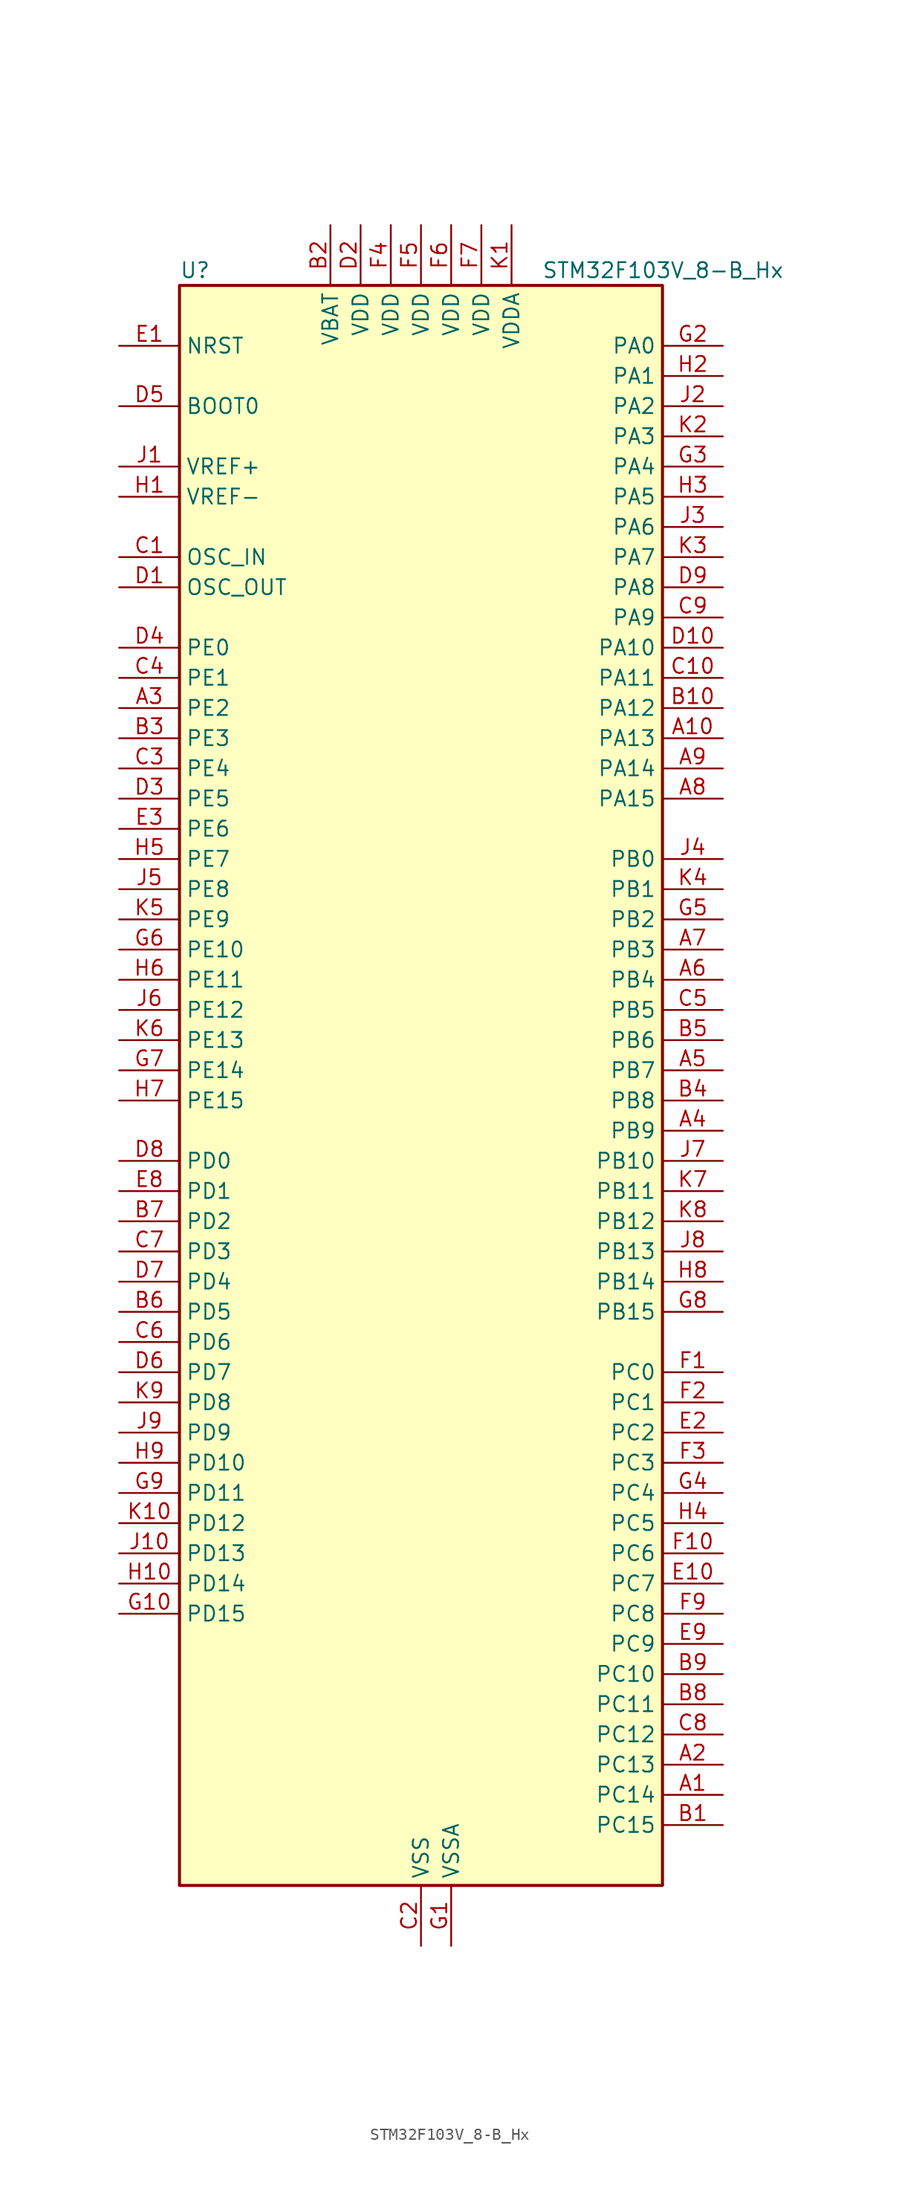
<source format=kicad_sym>
(kicad_symbol_lib
  (version 20241209)
  (generator "kicad_symbol_editor")
  (generator_version "9.0")
  (symbol "STM32F103V_8-B_Hx"
    (property "Reference" "U"
      (at -20.32 69.85 0)
      (effects (font (size 1.27 1.27)) (justify left)))
    (property "Value" "STM32F103V_8-B_Hx"
      (at 10.16 69.85 0)
      (effects (font (size 1.27 1.27)) (justify left)))
    (symbol "STM32F103V_8-B_Hx_0_1"
      (rectangle (start -20.32 -66.04) (end 20.32 68.58) (stroke (width 0.254) (type default)) (fill (type background))))
    (symbol "STM32F103V_8-B_Hx_1_1"
      (pin input line (at -25.4 63.5 0) (length 5.08) (name "NRST" (effects (font (size 1.27 1.27)))) (number "E1" (effects (font (size 1.27 1.27)))))
      (pin input line (at -25.4 58.42 0) (length 5.08) (name "BOOT0" (effects (font (size 1.27 1.27)))) (number "D5" (effects (font (size 1.27 1.27)))))
      (pin input line (at -25.4 53.34 0) (length 5.08) (name "VREF+" (effects (font (size 1.27 1.27)))) (number "J1" (effects (font (size 1.27 1.27)))))
      (pin input line (at -25.4 50.8 0) (length 5.08) (name "VREF-" (effects (font (size 1.27 1.27)))) (number "H1" (effects (font (size 1.27 1.27)))))
      (pin input line (at -25.4 45.72 0) (length 5.08) (name "OSC_IN" (effects (font (size 1.27 1.27)))) (number "C1" (effects (font (size 1.27 1.27)))) (alternate "RCC_OSC_IN" bidirectional line))
      (pin input line (at -25.4 43.18 0) (length 5.08) (name "OSC_OUT" (effects (font (size 1.27 1.27)))) (number "D1" (effects (font (size 1.27 1.27)))) (alternate "RCC_OSC_OUT" bidirectional line))
      (pin bidirectional line (at -25.4 38.1 0) (length 5.08) (name "PE0" (effects (font (size 1.27 1.27)))) (number "D4" (effects (font (size 1.27 1.27)))) (alternate "TIM4_ETR" bidirectional line))
      (pin bidirectional line (at -25.4 35.56 0) (length 5.08) (name "PE1" (effects (font (size 1.27 1.27)))) (number "C4" (effects (font (size 1.27 1.27)))))
      (pin bidirectional line (at -25.4 33.02 0) (length 5.08) (name "PE2" (effects (font (size 1.27 1.27)))) (number "A3" (effects (font (size 1.27 1.27)))) (alternate "SYS_TRACECLK" bidirectional line))
      (pin bidirectional line (at -25.4 30.48 0) (length 5.08) (name "PE3" (effects (font (size 1.27 1.27)))) (number "B3" (effects (font (size 1.27 1.27)))) (alternate "SYS_TRACED0" bidirectional line))
      (pin bidirectional line (at -25.4 27.94 0) (length 5.08) (name "PE4" (effects (font (size 1.27 1.27)))) (number "C3" (effects (font (size 1.27 1.27)))) (alternate "SYS_TRACED1" bidirectional line))
      (pin bidirectional line (at -25.4 25.4 0) (length 5.08) (name "PE5" (effects (font (size 1.27 1.27)))) (number "D3" (effects (font (size 1.27 1.27)))) (alternate "SYS_TRACED2" bidirectional line))
      (pin bidirectional line (at -25.4 22.86 0) (length 5.08) (name "PE6" (effects (font (size 1.27 1.27)))) (number "E3" (effects (font (size 1.27 1.27)))) (alternate "SYS_TRACED3" bidirectional line))
      (pin bidirectional line (at -25.4 20.32 0) (length 5.08) (name "PE7" (effects (font (size 1.27 1.27)))) (number "H5" (effects (font (size 1.27 1.27)))) (alternate "TIM1_ETR" bidirectional line))
      (pin bidirectional line (at -25.4 17.78 0) (length 5.08) (name "PE8" (effects (font (size 1.27 1.27)))) (number "J5" (effects (font (size 1.27 1.27)))) (alternate "TIM1_CH1N" bidirectional line))
      (pin bidirectional line (at -25.4 15.24 0) (length 5.08) (name "PE9" (effects (font (size 1.27 1.27)))) (number "K5" (effects (font (size 1.27 1.27)))) (alternate "TIM1_CH1" bidirectional line))
      (pin bidirectional line (at -25.4 12.7 0) (length 5.08) (name "PE10" (effects (font (size 1.27 1.27)))) (number "G6" (effects (font (size 1.27 1.27)))) (alternate "TIM1_CH2N" bidirectional line))
      (pin bidirectional line (at -25.4 10.16 0) (length 5.08) (name "PE11" (effects (font (size 1.27 1.27)))) (number "H6" (effects (font (size 1.27 1.27)))) (alternate "ADC1_EXTI11" bidirectional line) (alternate "ADC2_EXTI11" bidirectional line) (alternate "TIM1_CH2" bidirectional line))
      (pin bidirectional line (at -25.4 7.62 0) (length 5.08) (name "PE12" (effects (font (size 1.27 1.27)))) (number "J6" (effects (font (size 1.27 1.27)))) (alternate "TIM1_CH3N" bidirectional line))
      (pin bidirectional line (at -25.4 5.08 0) (length 5.08) (name "PE13" (effects (font (size 1.27 1.27)))) (number "K6" (effects (font (size 1.27 1.27)))) (alternate "TIM1_CH3" bidirectional line))
      (pin bidirectional line (at -25.4 2.54 0) (length 5.08) (name "PE14" (effects (font (size 1.27 1.27)))) (number "G7" (effects (font (size 1.27 1.27)))) (alternate "TIM1_CH4" bidirectional line))
      (pin bidirectional line (at -25.4 0 0) (length 5.08) (name "PE15" (effects (font (size 1.27 1.27)))) (number "H7" (effects (font (size 1.27 1.27)))) (alternate "ADC1_EXTI15" bidirectional line) (alternate "ADC2_EXTI15" bidirectional line) (alternate "TIM1_BKIN" bidirectional line))
      (pin bidirectional line (at -25.4 -5.08 0) (length 5.08) (name "PD0" (effects (font (size 1.27 1.27)))) (number "D8" (effects (font (size 1.27 1.27)))) (alternate "CAN_RX" bidirectional line))
      (pin bidirectional line (at -25.4 -7.62 0) (length 5.08) (name "PD1" (effects (font (size 1.27 1.27)))) (number "E8" (effects (font (size 1.27 1.27)))) (alternate "CAN_TX" bidirectional line))
      (pin bidirectional line (at -25.4 -10.16 0) (length 5.08) (name "PD2" (effects (font (size 1.27 1.27)))) (number "B7" (effects (font (size 1.27 1.27)))) (alternate "TIM3_ETR" bidirectional line))
      (pin bidirectional line (at -25.4 -12.7 0) (length 5.08) (name "PD3" (effects (font (size 1.27 1.27)))) (number "C7" (effects (font (size 1.27 1.27)))) (alternate "USART2_CTS" bidirectional line))
      (pin bidirectional line (at -25.4 -15.24 0) (length 5.08) (name "PD4" (effects (font (size 1.27 1.27)))) (number "D7" (effects (font (size 1.27 1.27)))) (alternate "USART2_RTS" bidirectional line))
      (pin bidirectional line (at -25.4 -17.78 0) (length 5.08) (name "PD5" (effects (font (size 1.27 1.27)))) (number "B6" (effects (font (size 1.27 1.27)))) (alternate "USART2_TX" bidirectional line))
      (pin bidirectional line (at -25.4 -20.32 0) (length 5.08) (name "PD6" (effects (font (size 1.27 1.27)))) (number "C6" (effects (font (size 1.27 1.27)))) (alternate "USART2_RX" bidirectional line))
      (pin bidirectional line (at -25.4 -22.86 0) (length 5.08) (name "PD7" (effects (font (size 1.27 1.27)))) (number "D6" (effects (font (size 1.27 1.27)))) (alternate "USART2_CK" bidirectional line))
      (pin bidirectional line (at -25.4 -25.4 0) (length 5.08) (name "PD8" (effects (font (size 1.27 1.27)))) (number "K9" (effects (font (size 1.27 1.27)))) (alternate "USART3_TX" bidirectional line))
      (pin bidirectional line (at -25.4 -27.94 0) (length 5.08) (name "PD9" (effects (font (size 1.27 1.27)))) (number "J9" (effects (font (size 1.27 1.27)))) (alternate "USART3_RX" bidirectional line))
      (pin bidirectional line (at -25.4 -30.48 0) (length 5.08) (name "PD10" (effects (font (size 1.27 1.27)))) (number "H9" (effects (font (size 1.27 1.27)))) (alternate "USART3_CK" bidirectional line))
      (pin bidirectional line (at -25.4 -33.02 0) (length 5.08) (name "PD11" (effects (font (size 1.27 1.27)))) (number "G9" (effects (font (size 1.27 1.27)))) (alternate "ADC1_EXTI11" bidirectional line) (alternate "ADC2_EXTI11" bidirectional line) (alternate "USART3_CTS" bidirectional line))
      (pin bidirectional line (at -25.4 -35.56 0) (length 5.08) (name "PD12" (effects (font (size 1.27 1.27)))) (number "K10" (effects (font (size 1.27 1.27)))) (alternate "TIM4_CH1" bidirectional line) (alternate "USART3_RTS" bidirectional line))
      (pin bidirectional line (at -25.4 -38.1 0) (length 5.08) (name "PD13" (effects (font (size 1.27 1.27)))) (number "J10" (effects (font (size 1.27 1.27)))) (alternate "TIM4_CH2" bidirectional line))
      (pin bidirectional line (at -25.4 -40.64 0) (length 5.08) (name "PD14" (effects (font (size 1.27 1.27)))) (number "H10" (effects (font (size 1.27 1.27)))) (alternate "TIM4_CH3" bidirectional line))
      (pin bidirectional line (at -25.4 -43.18 0) (length 5.08) (name "PD15" (effects (font (size 1.27 1.27)))) (number "G10" (effects (font (size 1.27 1.27)))) (alternate "ADC1_EXTI15" bidirectional line) (alternate "ADC2_EXTI15" bidirectional line) (alternate "TIM4_CH4" bidirectional line))
      (pin no_connect line (at -20.32 -66.04 0) (length 5.08) (hide yes) (name "NC" (effects (font (size 1.27 1.27)))) (number "F8" (effects (font (size 1.27 1.27)))))
      (pin power_in line (at -7.62 73.66 270) (length 5.08) (name "VBAT" (effects (font (size 1.27 1.27)))) (number "B2" (effects (font (size 1.27 1.27)))))
      (pin power_in line (at -5.08 73.66 270) (length 5.08) (name "VDD" (effects (font (size 1.27 1.27)))) (number "D2" (effects (font (size 1.27 1.27)))))
      (pin power_in line (at -2.54 73.66 270) (length 5.08) (name "VDD" (effects (font (size 1.27 1.27)))) (number "F4" (effects (font (size 1.27 1.27)))))
      (pin power_in line (at 0 73.66 270) (length 5.08) (name "VDD" (effects (font (size 1.27 1.27)))) (number "F5" (effects (font (size 1.27 1.27)))))
      (pin power_in line (at 0 -71.12 90) (length 5.08) (name "VSS" (effects (font (size 1.27 1.27)))) (number "C2" (effects (font (size 1.27 1.27)))))
      (pin passive line (at 0 -71.12 90) (length 5.08) (hide yes) (name "VSS" (effects (font (size 1.27 1.27)))) (number "E4" (effects (font (size 1.27 1.27)))))
      (pin passive line (at 0 -71.12 90) (length 5.08) (hide yes) (name "VSS" (effects (font (size 1.27 1.27)))) (number "E5" (effects (font (size 1.27 1.27)))))
      (pin passive line (at 0 -71.12 90) (length 5.08) (hide yes) (name "VSS" (effects (font (size 1.27 1.27)))) (number "E6" (effects (font (size 1.27 1.27)))))
      (pin passive line (at 0 -71.12 90) (length 5.08) (hide yes) (name "VSS" (effects (font (size 1.27 1.27)))) (number "E7" (effects (font (size 1.27 1.27)))))
      (pin power_in line (at 2.54 73.66 270) (length 5.08) (name "VDD" (effects (font (size 1.27 1.27)))) (number "F6" (effects (font (size 1.27 1.27)))))
      (pin power_in line (at 2.54 -71.12 90) (length 5.08) (name "VSSA" (effects (font (size 1.27 1.27)))) (number "G1" (effects (font (size 1.27 1.27)))))
      (pin power_in line (at 5.08 73.66 270) (length 5.08) (name "VDD" (effects (font (size 1.27 1.27)))) (number "F7" (effects (font (size 1.27 1.27)))))
      (pin power_in line (at 7.62 73.66 270) (length 5.08) (name "VDDA" (effects (font (size 1.27 1.27)))) (number "K1" (effects (font (size 1.27 1.27)))))
      (pin bidirectional line (at 25.4 63.5 180) (length 5.08) (name "PA0" (effects (font (size 1.27 1.27)))) (number "G2" (effects (font (size 1.27 1.27)))) (alternate "ADC1_IN0" bidirectional line) (alternate "ADC2_IN0" bidirectional line) (alternate "SYS_WKUP" bidirectional line) (alternate "TIM2_CH1" bidirectional line) (alternate "TIM2_ETR" bidirectional line) (alternate "USART2_CTS" bidirectional line))
      (pin bidirectional line (at 25.4 60.96 180) (length 5.08) (name "PA1" (effects (font (size 1.27 1.27)))) (number "H2" (effects (font (size 1.27 1.27)))) (alternate "ADC1_IN1" bidirectional line) (alternate "ADC2_IN1" bidirectional line) (alternate "TIM2_CH2" bidirectional line) (alternate "USART2_RTS" bidirectional line))
      (pin bidirectional line (at 25.4 58.42 180) (length 5.08) (name "PA2" (effects (font (size 1.27 1.27)))) (number "J2" (effects (font (size 1.27 1.27)))) (alternate "ADC1_IN2" bidirectional line) (alternate "ADC2_IN2" bidirectional line) (alternate "TIM2_CH3" bidirectional line) (alternate "USART2_TX" bidirectional line))
      (pin bidirectional line (at 25.4 55.88 180) (length 5.08) (name "PA3" (effects (font (size 1.27 1.27)))) (number "K2" (effects (font (size 1.27 1.27)))) (alternate "ADC1_IN3" bidirectional line) (alternate "ADC2_IN3" bidirectional line) (alternate "TIM2_CH4" bidirectional line) (alternate "USART2_RX" bidirectional line))
      (pin bidirectional line (at 25.4 53.34 180) (length 5.08) (name "PA4" (effects (font (size 1.27 1.27)))) (number "G3" (effects (font (size 1.27 1.27)))) (alternate "ADC1_IN4" bidirectional line) (alternate "ADC2_IN4" bidirectional line) (alternate "SPI1_NSS" bidirectional line) (alternate "USART2_CK" bidirectional line))
      (pin bidirectional line (at 25.4 50.8 180) (length 5.08) (name "PA5" (effects (font (size 1.27 1.27)))) (number "H3" (effects (font (size 1.27 1.27)))) (alternate "ADC1_IN5" bidirectional line) (alternate "ADC2_IN5" bidirectional line) (alternate "SPI1_SCK" bidirectional line))
      (pin bidirectional line (at 25.4 48.26 180) (length 5.08) (name "PA6" (effects (font (size 1.27 1.27)))) (number "J3" (effects (font (size 1.27 1.27)))) (alternate "ADC1_IN6" bidirectional line) (alternate "ADC2_IN6" bidirectional line) (alternate "SPI1_MISO" bidirectional line) (alternate "TIM1_BKIN" bidirectional line) (alternate "TIM3_CH1" bidirectional line))
      (pin bidirectional line (at 25.4 45.72 180) (length 5.08) (name "PA7" (effects (font (size 1.27 1.27)))) (number "K3" (effects (font (size 1.27 1.27)))) (alternate "ADC1_IN7" bidirectional line) (alternate "ADC2_IN7" bidirectional line) (alternate "SPI1_MOSI" bidirectional line) (alternate "TIM1_CH1N" bidirectional line) (alternate "TIM3_CH2" bidirectional line))
      (pin bidirectional line (at 25.4 43.18 180) (length 5.08) (name "PA8" (effects (font (size 1.27 1.27)))) (number "D9" (effects (font (size 1.27 1.27)))) (alternate "RCC_MCO" bidirectional line) (alternate "TIM1_CH1" bidirectional line) (alternate "USART1_CK" bidirectional line))
      (pin bidirectional line (at 25.4 40.64 180) (length 5.08) (name "PA9" (effects (font (size 1.27 1.27)))) (number "C9" (effects (font (size 1.27 1.27)))) (alternate "TIM1_CH2" bidirectional line) (alternate "USART1_TX" bidirectional line))
      (pin bidirectional line (at 25.4 38.1 180) (length 5.08) (name "PA10" (effects (font (size 1.27 1.27)))) (number "D10" (effects (font (size 1.27 1.27)))) (alternate "TIM1_CH3" bidirectional line) (alternate "USART1_RX" bidirectional line))
      (pin bidirectional line (at 25.4 35.56 180) (length 5.08) (name "PA11" (effects (font (size 1.27 1.27)))) (number "C10" (effects (font (size 1.27 1.27)))) (alternate "ADC1_EXTI11" bidirectional line) (alternate "ADC2_EXTI11" bidirectional line) (alternate "CAN_RX" bidirectional line) (alternate "TIM1_CH4" bidirectional line) (alternate "USART1_CTS" bidirectional line) (alternate "USB_DM" bidirectional line))
      (pin bidirectional line (at 25.4 33.02 180) (length 5.08) (name "PA12" (effects (font (size 1.27 1.27)))) (number "B10" (effects (font (size 1.27 1.27)))) (alternate "CAN_TX" bidirectional line) (alternate "TIM1_ETR" bidirectional line) (alternate "USART1_RTS" bidirectional line) (alternate "USB_DP" bidirectional line))
      (pin bidirectional line (at 25.4 30.48 180) (length 5.08) (name "PA13" (effects (font (size 1.27 1.27)))) (number "A10" (effects (font (size 1.27 1.27)))) (alternate "SYS_JTMS-SWDIO" bidirectional line))
      (pin bidirectional line (at 25.4 27.94 180) (length 5.08) (name "PA14" (effects (font (size 1.27 1.27)))) (number "A9" (effects (font (size 1.27 1.27)))) (alternate "SYS_JTCK-SWCLK" bidirectional line))
      (pin bidirectional line (at 25.4 25.4 180) (length 5.08) (name "PA15" (effects (font (size 1.27 1.27)))) (number "A8" (effects (font (size 1.27 1.27)))) (alternate "ADC1_EXTI15" bidirectional line) (alternate "ADC2_EXTI15" bidirectional line) (alternate "SPI1_NSS" bidirectional line) (alternate "SYS_JTDI" bidirectional line) (alternate "TIM2_CH1" bidirectional line) (alternate "TIM2_ETR" bidirectional line))
      (pin bidirectional line (at 25.4 20.32 180) (length 5.08) (name "PB0" (effects (font (size 1.27 1.27)))) (number "J4" (effects (font (size 1.27 1.27)))) (alternate "ADC1_IN8" bidirectional line) (alternate "ADC2_IN8" bidirectional line) (alternate "TIM1_CH2N" bidirectional line) (alternate "TIM3_CH3" bidirectional line))
      (pin bidirectional line (at 25.4 17.78 180) (length 5.08) (name "PB1" (effects (font (size 1.27 1.27)))) (number "K4" (effects (font (size 1.27 1.27)))) (alternate "ADC1_IN9" bidirectional line) (alternate "ADC2_IN9" bidirectional line) (alternate "TIM1_CH3N" bidirectional line) (alternate "TIM3_CH4" bidirectional line))
      (pin bidirectional line (at 25.4 15.24 180) (length 5.08) (name "PB2" (effects (font (size 1.27 1.27)))) (number "G5" (effects (font (size 1.27 1.27)))))
      (pin bidirectional line (at 25.4 12.7 180) (length 5.08) (name "PB3" (effects (font (size 1.27 1.27)))) (number "A7" (effects (font (size 1.27 1.27)))) (alternate "SPI1_SCK" bidirectional line) (alternate "SYS_JTDO-TRACESWO" bidirectional line) (alternate "TIM2_CH2" bidirectional line))
      (pin bidirectional line (at 25.4 10.16 180) (length 5.08) (name "PB4" (effects (font (size 1.27 1.27)))) (number "A6" (effects (font (size 1.27 1.27)))) (alternate "SPI1_MISO" bidirectional line) (alternate "SYS_NJTRST" bidirectional line) (alternate "TIM3_CH1" bidirectional line))
      (pin bidirectional line (at 25.4 7.62 180) (length 5.08) (name "PB5" (effects (font (size 1.27 1.27)))) (number "C5" (effects (font (size 1.27 1.27)))) (alternate "I2C1_SMBA" bidirectional line) (alternate "SPI1_MOSI" bidirectional line) (alternate "TIM3_CH2" bidirectional line))
      (pin bidirectional line (at 25.4 5.08 180) (length 5.08) (name "PB6" (effects (font (size 1.27 1.27)))) (number "B5" (effects (font (size 1.27 1.27)))) (alternate "I2C1_SCL" bidirectional line) (alternate "TIM4_CH1" bidirectional line) (alternate "USART1_TX" bidirectional line))
      (pin bidirectional line (at 25.4 2.54 180) (length 5.08) (name "PB7" (effects (font (size 1.27 1.27)))) (number "A5" (effects (font (size 1.27 1.27)))) (alternate "I2C1_SDA" bidirectional line) (alternate "TIM4_CH2" bidirectional line) (alternate "USART1_RX" bidirectional line))
      (pin bidirectional line (at 25.4 0 180) (length 5.08) (name "PB8" (effects (font (size 1.27 1.27)))) (number "B4" (effects (font (size 1.27 1.27)))) (alternate "CAN_RX" bidirectional line) (alternate "I2C1_SCL" bidirectional line) (alternate "TIM4_CH3" bidirectional line))
      (pin bidirectional line (at 25.4 -2.54 180) (length 5.08) (name "PB9" (effects (font (size 1.27 1.27)))) (number "A4" (effects (font (size 1.27 1.27)))) (alternate "CAN_TX" bidirectional line) (alternate "I2C1_SDA" bidirectional line) (alternate "TIM4_CH4" bidirectional line))
      (pin bidirectional line (at 25.4 -5.08 180) (length 5.08) (name "PB10" (effects (font (size 1.27 1.27)))) (number "J7" (effects (font (size 1.27 1.27)))) (alternate "I2C2_SCL" bidirectional line) (alternate "TIM2_CH3" bidirectional line) (alternate "USART3_TX" bidirectional line))
      (pin bidirectional line (at 25.4 -7.62 180) (length 5.08) (name "PB11" (effects (font (size 1.27 1.27)))) (number "K7" (effects (font (size 1.27 1.27)))) (alternate "ADC1_EXTI11" bidirectional line) (alternate "ADC2_EXTI11" bidirectional line) (alternate "I2C2_SDA" bidirectional line) (alternate "TIM2_CH4" bidirectional line) (alternate "USART3_RX" bidirectional line))
      (pin bidirectional line (at 25.4 -10.16 180) (length 5.08) (name "PB12" (effects (font (size 1.27 1.27)))) (number "K8" (effects (font (size 1.27 1.27)))) (alternate "I2C2_SMBA" bidirectional line) (alternate "SPI2_NSS" bidirectional line) (alternate "TIM1_BKIN" bidirectional line) (alternate "USART3_CK" bidirectional line))
      (pin bidirectional line (at 25.4 -12.7 180) (length 5.08) (name "PB13" (effects (font (size 1.27 1.27)))) (number "J8" (effects (font (size 1.27 1.27)))) (alternate "SPI2_SCK" bidirectional line) (alternate "TIM1_CH1N" bidirectional line) (alternate "USART3_CTS" bidirectional line))
      (pin bidirectional line (at 25.4 -15.24 180) (length 5.08) (name "PB14" (effects (font (size 1.27 1.27)))) (number "H8" (effects (font (size 1.27 1.27)))) (alternate "SPI2_MISO" bidirectional line) (alternate "TIM1_CH2N" bidirectional line) (alternate "USART3_RTS" bidirectional line))
      (pin bidirectional line (at 25.4 -17.78 180) (length 5.08) (name "PB15" (effects (font (size 1.27 1.27)))) (number "G8" (effects (font (size 1.27 1.27)))) (alternate "ADC1_EXTI15" bidirectional line) (alternate "ADC2_EXTI15" bidirectional line) (alternate "SPI2_MOSI" bidirectional line) (alternate "TIM1_CH3N" bidirectional line))
      (pin bidirectional line (at 25.4 -22.86 180) (length 5.08) (name "PC0" (effects (font (size 1.27 1.27)))) (number "F1" (effects (font (size 1.27 1.27)))) (alternate "ADC1_IN10" bidirectional line) (alternate "ADC2_IN10" bidirectional line))
      (pin bidirectional line (at 25.4 -25.4 180) (length 5.08) (name "PC1" (effects (font (size 1.27 1.27)))) (number "F2" (effects (font (size 1.27 1.27)))) (alternate "ADC1_IN11" bidirectional line) (alternate "ADC2_IN11" bidirectional line))
      (pin bidirectional line (at 25.4 -27.94 180) (length 5.08) (name "PC2" (effects (font (size 1.27 1.27)))) (number "E2" (effects (font (size 1.27 1.27)))) (alternate "ADC1_IN12" bidirectional line) (alternate "ADC2_IN12" bidirectional line))
      (pin bidirectional line (at 25.4 -30.48 180) (length 5.08) (name "PC3" (effects (font (size 1.27 1.27)))) (number "F3" (effects (font (size 1.27 1.27)))) (alternate "ADC1_IN13" bidirectional line) (alternate "ADC2_IN13" bidirectional line))
      (pin bidirectional line (at 25.4 -33.02 180) (length 5.08) (name "PC4" (effects (font (size 1.27 1.27)))) (number "G4" (effects (font (size 1.27 1.27)))) (alternate "ADC1_IN14" bidirectional line) (alternate "ADC2_IN14" bidirectional line))
      (pin bidirectional line (at 25.4 -35.56 180) (length 5.08) (name "PC5" (effects (font (size 1.27 1.27)))) (number "H4" (effects (font (size 1.27 1.27)))) (alternate "ADC1_IN15" bidirectional line) (alternate "ADC2_IN15" bidirectional line))
      (pin bidirectional line (at 25.4 -38.1 180) (length 5.08) (name "PC6" (effects (font (size 1.27 1.27)))) (number "F10" (effects (font (size 1.27 1.27)))) (alternate "TIM3_CH1" bidirectional line))
      (pin bidirectional line (at 25.4 -40.64 180) (length 5.08) (name "PC7" (effects (font (size 1.27 1.27)))) (number "E10" (effects (font (size 1.27 1.27)))) (alternate "TIM3_CH2" bidirectional line))
      (pin bidirectional line (at 25.4 -43.18 180) (length 5.08) (name "PC8" (effects (font (size 1.27 1.27)))) (number "F9" (effects (font (size 1.27 1.27)))) (alternate "TIM3_CH3" bidirectional line))
      (pin bidirectional line (at 25.4 -45.72 180) (length 5.08) (name "PC9" (effects (font (size 1.27 1.27)))) (number "E9" (effects (font (size 1.27 1.27)))) (alternate "TIM3_CH4" bidirectional line))
      (pin bidirectional line (at 25.4 -48.26 180) (length 5.08) (name "PC10" (effects (font (size 1.27 1.27)))) (number "B9" (effects (font (size 1.27 1.27)))) (alternate "USART3_TX" bidirectional line))
      (pin bidirectional line (at 25.4 -50.8 180) (length 5.08) (name "PC11" (effects (font (size 1.27 1.27)))) (number "B8" (effects (font (size 1.27 1.27)))) (alternate "ADC1_EXTI11" bidirectional line) (alternate "ADC2_EXTI11" bidirectional line) (alternate "USART3_RX" bidirectional line))
      (pin bidirectional line (at 25.4 -53.34 180) (length 5.08) (name "PC12" (effects (font (size 1.27 1.27)))) (number "C8" (effects (font (size 1.27 1.27)))) (alternate "USART3_CK" bidirectional line))
      (pin bidirectional line (at 25.4 -55.88 180) (length 5.08) (name "PC13" (effects (font (size 1.27 1.27)))) (number "A2" (effects (font (size 1.27 1.27)))) (alternate "RTC_OUT" bidirectional line) (alternate "RTC_TAMPER" bidirectional line))
      (pin bidirectional line (at 25.4 -58.42 180) (length 5.08) (name "PC14" (effects (font (size 1.27 1.27)))) (number "A1" (effects (font (size 1.27 1.27)))) (alternate "RCC_OSC32_IN" bidirectional line))
      (pin bidirectional line (at 25.4 -60.96 180) (length 5.08) (name "PC15" (effects (font (size 1.27 1.27)))) (number "B1" (effects (font (size 1.27 1.27)))) (alternate "ADC1_EXTI15" bidirectional line) (alternate "ADC2_EXTI15" bidirectional line) (alternate "RCC_OSC32_OUT" bidirectional line)))))
</source>
